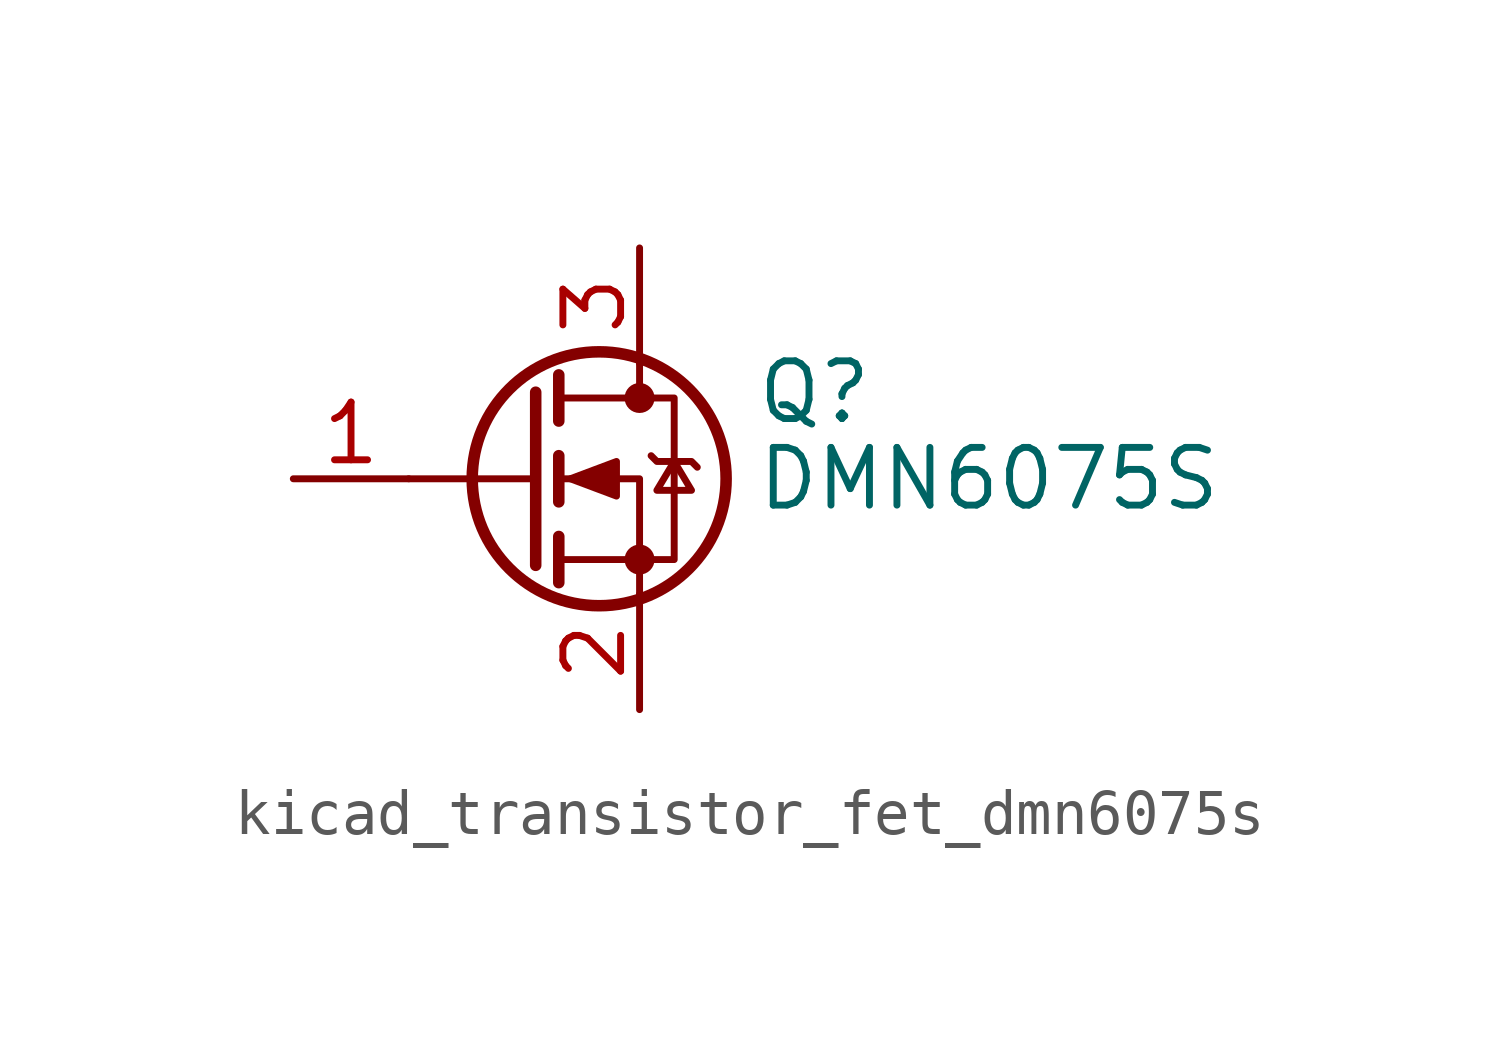
<source format=kicad_sym>
(kicad_symbol_lib
  (version 20220914)
  (generator kicad_symbol_editor)
  (symbol "kicad_transistor_fet_dmn6075s"
    (pin_names hide)
    (property "Reference" "Q"
      (at 5.08 1.905 0)
      (effects (font (size 1.27 1.27)) (justify left)))
    (property "Value" "DMN6075S"
      (at 5.08 0 0)
      (effects (font (size 1.27 1.27)) (justify left)))
    (symbol "kicad_transistor_fet_dmn6075s_0_1"
      (polyline (pts (xy 0.254 0) (xy -2.54 0)) (stroke (width 0) (type default)) (fill (type none)))
      (polyline (pts (xy 0.254 1.905) (xy 0.254 -1.905)) (stroke (width 0.254) (type default)) (fill (type none)))
      (polyline (pts (xy 0.762 -1.27) (xy 0.762 -2.286)) (stroke (width 0.254) (type default)) (fill (type none)))
      (polyline (pts (xy 0.762 0.508) (xy 0.762 -0.508)) (stroke (width 0.254) (type default)) (fill (type none)))
      (polyline (pts (xy 0.762 2.286) (xy 0.762 1.27)) (stroke (width 0.254) (type default)) (fill (type none)))
      (polyline (pts (xy 2.54 2.54) (xy 2.54 1.778)) (stroke (width 0) (type default)) (fill (type none)))
      (polyline (pts (xy 2.54 -2.54) (xy 2.54 0) (xy 0.762 0)) (stroke (width 0) (type default)) (fill (type none)))
      (polyline (pts (xy 0.762 -1.778) (xy 3.302 -1.778) (xy 3.302 1.778) (xy 0.762 1.778)) (stroke (width 0) (type default)) (fill (type none)))
      (polyline (pts (xy 1.016 0) (xy 2.032 0.381) (xy 2.032 -0.381) (xy 1.016 0)) (stroke (width 0) (type default)) (fill (type outline)))
      (polyline (pts (xy 2.794 0.508) (xy 2.921 0.381) (xy 3.683 0.381) (xy 3.81 0.254)) (stroke (width 0) (type default)) (fill (type none)))
      (polyline (pts (xy 3.302 0.381) (xy 2.921 -0.254) (xy 3.683 -0.254) (xy 3.302 0.381)) (stroke (width 0) (type default)) (fill (type none)))
      (circle (center 1.651 0) (radius 2.794) (stroke (width 0.254) (type default)) (fill (type none)))
      (circle (center 2.54 -1.778) (radius 0.254) (stroke (width 0) (type default)) (fill (type outline)))
      (circle (center 2.54 1.778) (radius 0.254) (stroke (width 0) (type default)) (fill (type outline))))
    (symbol "kicad_transistor_fet_dmn6075s_1_1"
      (pin input line (at -5.08 0 0) (length 2.54) (name "G" (effects (font (size 1.27 1.27)))) (number "1" (effects (font (size 1.27 1.27)))))
      (pin passive line (at 2.54 -5.08 90) (length 2.54) (name "S" (effects (font (size 1.27 1.27)))) (number "2" (effects (font (size 1.27 1.27)))))
      (pin passive line (at 2.54 5.08 270) (length 2.54) (name "D" (effects (font (size 1.27 1.27)))) (number "3" (effects (font (size 1.27 1.27))))))))
</source>
